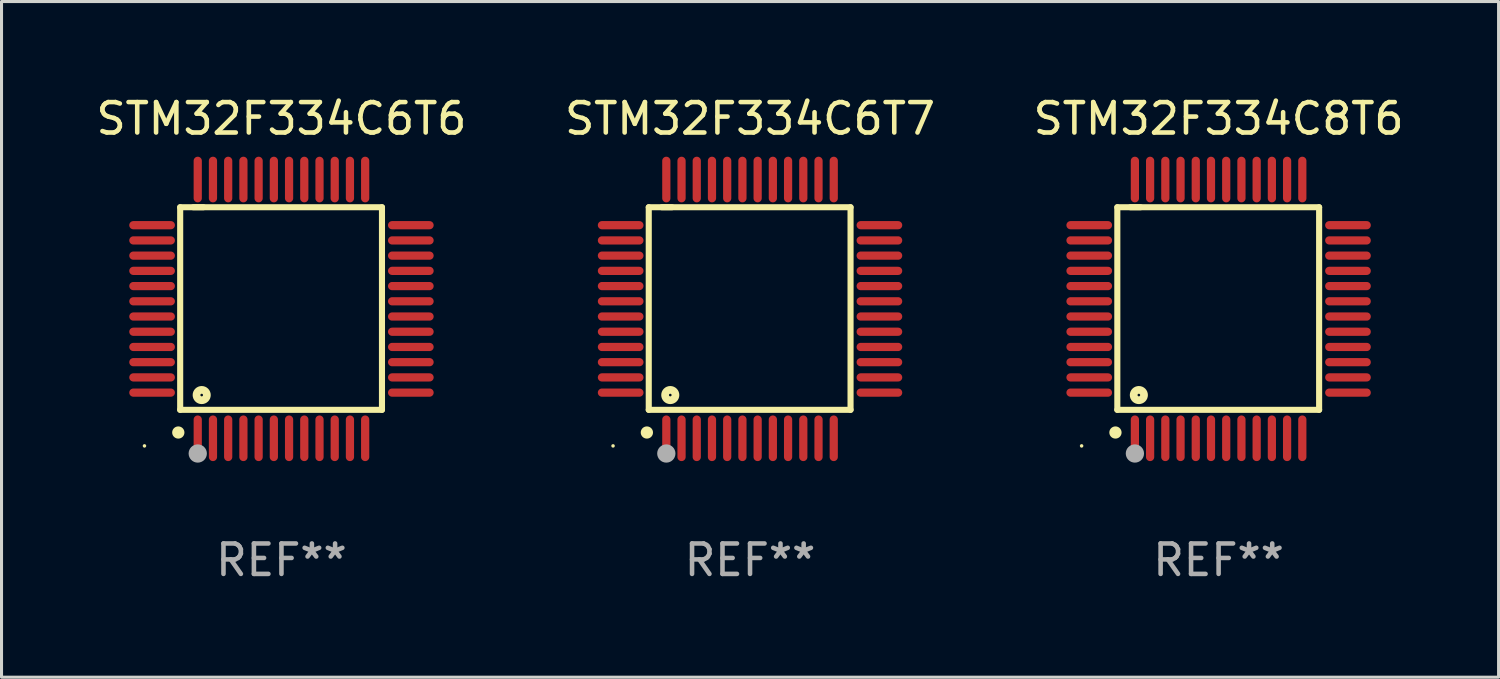
<source format=kicad_pcb>
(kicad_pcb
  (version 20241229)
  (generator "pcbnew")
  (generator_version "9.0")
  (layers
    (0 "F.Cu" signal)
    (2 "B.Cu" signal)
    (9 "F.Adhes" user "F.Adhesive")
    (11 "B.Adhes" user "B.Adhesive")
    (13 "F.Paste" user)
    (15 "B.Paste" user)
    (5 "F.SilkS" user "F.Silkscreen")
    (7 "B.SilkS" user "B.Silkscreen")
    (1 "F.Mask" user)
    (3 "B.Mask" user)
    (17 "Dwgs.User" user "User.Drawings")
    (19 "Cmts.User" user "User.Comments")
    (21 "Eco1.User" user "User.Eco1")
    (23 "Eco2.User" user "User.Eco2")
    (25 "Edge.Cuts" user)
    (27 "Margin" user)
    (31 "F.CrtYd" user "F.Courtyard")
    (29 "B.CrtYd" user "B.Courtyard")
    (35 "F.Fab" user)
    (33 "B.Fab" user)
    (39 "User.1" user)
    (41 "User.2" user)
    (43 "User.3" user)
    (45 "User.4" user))
  (footprint "STM32F334C8T6"
    (layer "F.Cu")
    (at 36.982 7.098)
    (property "Reference" "STM32F334C8T6" (at 0 -6.25 0) (layer "F.SilkS") (effects (font (size 1 1) (thickness 0.15))))
    (attr through_hole)
    (fp_line (start -3.327 -3.34) (end -2.565 -3.34) (stroke (width 0.2) (type solid)) (layer "F.SilkS"))
    (fp_line (start -3.327 3.315) (end -3.327 -3.34) (stroke (width 0.2) (type solid)) (layer "F.SilkS"))
    (fp_line (start -2.896 -3.34) (end 3.302 -3.34) (stroke (width 0.2) (type solid)) (layer "F.SilkS"))
    (fp_line (start 3.302 -3.34) (end 3.302 3.315) (stroke (width 0.2) (type solid)) (layer "F.SilkS"))
    (fp_line (start 3.302 3.315) (end -3.327 3.315) (stroke (width 0.2) (type solid)) (layer "F.SilkS"))
    (fp_arc (start -3.389992 4.059995) (mid -3.388722 4.059991) (end -3.387452 4.059995) (stroke (width 0.4) (type solid)) (layer "F.SilkS"))
    (fp_circle (center -4.5 4.5) (end -4.47 4.5) (stroke (width 0.06) (type solid)) (fill no) (layer "F.SilkS"))
    (fp_circle (center -2.62 2.83) (end -2.45 2.83) (stroke (width 0.254) (type solid)) (fill no) (layer "F.SilkS"))
    (fp_circle (center -2.75 4.75) (end -2.6 4.75) (stroke (width 0.3) (type solid)) (fill no) (layer "F.Fab"))
    (fp_text user "REF**" (at 0 8.25 0) (layer "F.Fab") (effects (font (size 1 1) (thickness 0.15))))
    (pad "1" smd oval (at -2.75 4.25) (size 0.27 1.5) (layers "F.Cu" "F.Mask" "F.Paste"))
    (pad "2" smd oval (at -2.25 4.25) (size 0.27 1.5) (layers "F.Cu" "F.Mask" "F.Paste"))
    (pad "3" smd oval (at -1.75 4.25) (size 0.27 1.5) (layers "F.Cu" "F.Mask" "F.Paste"))
    (pad "4" smd oval (at -1.25 4.25) (size 0.27 1.5) (layers "F.Cu" "F.Mask" "F.Paste"))
    (pad "5" smd oval (at -0.75 4.25) (size 0.27 1.5) (layers "F.Cu" "F.Mask" "F.Paste"))
    (pad "6" smd oval (at -0.25 4.25) (size 0.27 1.5) (layers "F.Cu" "F.Mask" "F.Paste"))
    (pad "7" smd oval (at 0.25 4.25) (size 0.27 1.5) (layers "F.Cu" "F.Mask" "F.Paste"))
    (pad "8" smd oval (at 0.75 4.25) (size 0.27 1.5) (layers "F.Cu" "F.Mask" "F.Paste"))
    (pad "9" smd oval (at 1.25 4.25) (size 0.27 1.5) (layers "F.Cu" "F.Mask" "F.Paste"))
    (pad "10" smd oval (at 1.75 4.25) (size 0.27 1.5) (layers "F.Cu" "F.Mask" "F.Paste"))
    (pad "11" smd oval (at 2.25 4.25) (size 0.27 1.5) (layers "F.Cu" "F.Mask" "F.Paste"))
    (pad "12" smd oval (at 2.75 4.25) (size 0.27 1.5) (layers "F.Cu" "F.Mask" "F.Paste"))
    (pad "13" smd oval (at 4.25 2.75) (size 1.5 0.27) (layers "F.Cu" "F.Mask" "F.Paste"))
    (pad "14" smd oval (at 4.25 2.25) (size 1.5 0.27) (layers "F.Cu" "F.Mask" "F.Paste"))
    (pad "15" smd oval (at 4.25 1.75) (size 1.5 0.27) (layers "F.Cu" "F.Mask" "F.Paste"))
    (pad "16" smd oval (at 4.25 1.25) (size 1.5 0.27) (layers "F.Cu" "F.Mask" "F.Paste"))
    (pad "17" smd oval (at 4.25 0.75) (size 1.5 0.27) (layers "F.Cu" "F.Mask" "F.Paste"))
    (pad "18" smd oval (at 4.25 0.25) (size 1.5 0.27) (layers "F.Cu" "F.Mask" "F.Paste"))
    (pad "19" smd oval (at 4.25 -0.25) (size 1.5 0.27) (layers "F.Cu" "F.Mask" "F.Paste"))
    (pad "20" smd oval (at 4.25 -0.75) (size 1.5 0.27) (layers "F.Cu" "F.Mask" "F.Paste"))
    (pad "21" smd oval (at 4.25 -1.25) (size 1.5 0.27) (layers "F.Cu" "F.Mask" "F.Paste"))
    (pad "22" smd oval (at 4.25 -1.75) (size 1.5 0.27) (layers "F.Cu" "F.Mask" "F.Paste"))
    (pad "23" smd oval (at 4.25 -2.25) (size 1.5 0.27) (layers "F.Cu" "F.Mask" "F.Paste"))
    (pad "24" smd oval (at 4.25 -2.75) (size 1.5 0.27) (layers "F.Cu" "F.Mask" "F.Paste"))
    (pad "25" smd oval (at 2.75 -4.25) (size 0.27 1.5) (layers "F.Cu" "F.Mask" "F.Paste"))
    (pad "26" smd oval (at 2.25 -4.25) (size 0.27 1.5) (layers "F.Cu" "F.Mask" "F.Paste"))
    (pad "27" smd oval (at 1.75 -4.25) (size 0.27 1.5) (layers "F.Cu" "F.Mask" "F.Paste"))
    (pad "28" smd oval (at 1.25 -4.25) (size 0.27 1.5) (layers "F.Cu" "F.Mask" "F.Paste"))
    (pad "29" smd oval (at 0.75 -4.25) (size 0.27 1.5) (layers "F.Cu" "F.Mask" "F.Paste"))
    (pad "30" smd oval (at 0.25 -4.25) (size 0.27 1.5) (layers "F.Cu" "F.Mask" "F.Paste"))
    (pad "31" smd oval (at -0.25 -4.25) (size 0.27 1.5) (layers "F.Cu" "F.Mask" "F.Paste"))
    (pad "32" smd oval (at -0.75 -4.25) (size 0.27 1.5) (layers "F.Cu" "F.Mask" "F.Paste"))
    (pad "33" smd oval (at -1.25 -4.25) (size 0.27 1.5) (layers "F.Cu" "F.Mask" "F.Paste"))
    (pad "34" smd oval (at -1.75 -4.25) (size 0.27 1.5) (layers "F.Cu" "F.Mask" "F.Paste"))
    (pad "35" smd oval (at -2.25 -4.25) (size 0.27 1.5) (layers "F.Cu" "F.Mask" "F.Paste"))
    (pad "36" smd oval (at -2.75 -4.25) (size 0.27 1.5) (layers "F.Cu" "F.Mask" "F.Paste"))
    (pad "37" smd oval (at -4.25 -2.75) (size 1.5 0.27) (layers "F.Cu" "F.Mask" "F.Paste"))
    (pad "38" smd oval (at -4.25 -2.25) (size 1.5 0.27) (layers "F.Cu" "F.Mask" "F.Paste"))
    (pad "39" smd oval (at -4.25 -1.75) (size 1.5 0.27) (layers "F.Cu" "F.Mask" "F.Paste"))
    (pad "40" smd oval (at -4.25 -1.25) (size 1.5 0.27) (layers "F.Cu" "F.Mask" "F.Paste"))
    (pad "41" smd oval (at -4.25 -0.75) (size 1.5 0.27) (layers "F.Cu" "F.Mask" "F.Paste"))
    (pad "42" smd oval (at -4.25 -0.25) (size 1.5 0.27) (layers "F.Cu" "F.Mask" "F.Paste"))
    (pad "43" smd oval (at -4.25 0.25) (size 1.5 0.27) (layers "F.Cu" "F.Mask" "F.Paste"))
    (pad "44" smd oval (at -4.25 0.75) (size 1.5 0.27) (layers "F.Cu" "F.Mask" "F.Paste"))
    (pad "45" smd oval (at -4.25 1.25) (size 1.5 0.27) (layers "F.Cu" "F.Mask" "F.Paste"))
    (pad "46" smd oval (at -4.25 1.75) (size 1.5 0.27) (layers "F.Cu" "F.Mask" "F.Paste"))
    (pad "47" smd oval (at -4.25 2.25) (size 1.5 0.27) (layers "F.Cu" "F.Mask" "F.Paste"))
    (pad "48" smd oval (at -4.25 2.75) (size 1.5 0.27) (layers "F.Cu" "F.Mask" "F.Paste")))
  (footprint "STM32F334C6T7"
    (layer "F.Cu")
    (at 21.589 7.098)
    (property "Reference" "STM32F334C6T7" (at 0 -6.25 0) (layer "F.SilkS") (effects (font (size 1 1) (thickness 0.15))))
    (attr through_hole)
    (fp_line (start -3.327 -3.34) (end -2.565 -3.34) (stroke (width 0.2) (type solid)) (layer "F.SilkS"))
    (fp_line (start -3.327 3.315) (end -3.327 -3.34) (stroke (width 0.2) (type solid)) (layer "F.SilkS"))
    (fp_line (start -2.896 -3.34) (end 3.302 -3.34) (stroke (width 0.2) (type solid)) (layer "F.SilkS"))
    (fp_line (start 3.302 -3.34) (end 3.302 3.315) (stroke (width 0.2) (type solid)) (layer "F.SilkS"))
    (fp_line (start 3.302 3.315) (end -3.327 3.315) (stroke (width 0.2) (type solid)) (layer "F.SilkS"))
    (fp_arc (start -3.389992 4.059995) (mid -3.388722 4.059991) (end -3.387452 4.059995) (stroke (width 0.4) (type solid)) (layer "F.SilkS"))
    (fp_circle (center -4.5 4.5) (end -4.47 4.5) (stroke (width 0.06) (type solid)) (fill no) (layer "F.SilkS"))
    (fp_circle (center -2.62 2.83) (end -2.45 2.83) (stroke (width 0.254) (type solid)) (fill no) (layer "F.SilkS"))
    (fp_circle (center -2.75 4.75) (end -2.6 4.75) (stroke (width 0.3) (type solid)) (fill no) (layer "F.Fab"))
    (fp_text user "REF**" (at 0 8.25 0) (layer "F.Fab") (effects (font (size 1 1) (thickness 0.15))))
    (pad "1" smd oval (at -2.75 4.25) (size 0.27 1.5) (layers "F.Cu" "F.Mask" "F.Paste"))
    (pad "2" smd oval (at -2.25 4.25) (size 0.27 1.5) (layers "F.Cu" "F.Mask" "F.Paste"))
    (pad "3" smd oval (at -1.75 4.25) (size 0.27 1.5) (layers "F.Cu" "F.Mask" "F.Paste"))
    (pad "4" smd oval (at -1.25 4.25) (size 0.27 1.5) (layers "F.Cu" "F.Mask" "F.Paste"))
    (pad "5" smd oval (at -0.75 4.25) (size 0.27 1.5) (layers "F.Cu" "F.Mask" "F.Paste"))
    (pad "6" smd oval (at -0.25 4.25) (size 0.27 1.5) (layers "F.Cu" "F.Mask" "F.Paste"))
    (pad "7" smd oval (at 0.25 4.25) (size 0.27 1.5) (layers "F.Cu" "F.Mask" "F.Paste"))
    (pad "8" smd oval (at 0.75 4.25) (size 0.27 1.5) (layers "F.Cu" "F.Mask" "F.Paste"))
    (pad "9" smd oval (at 1.25 4.25) (size 0.27 1.5) (layers "F.Cu" "F.Mask" "F.Paste"))
    (pad "10" smd oval (at 1.75 4.25) (size 0.27 1.5) (layers "F.Cu" "F.Mask" "F.Paste"))
    (pad "11" smd oval (at 2.25 4.25) (size 0.27 1.5) (layers "F.Cu" "F.Mask" "F.Paste"))
    (pad "12" smd oval (at 2.75 4.25) (size 0.27 1.5) (layers "F.Cu" "F.Mask" "F.Paste"))
    (pad "13" smd oval (at 4.25 2.75) (size 1.5 0.27) (layers "F.Cu" "F.Mask" "F.Paste"))
    (pad "14" smd oval (at 4.25 2.25) (size 1.5 0.27) (layers "F.Cu" "F.Mask" "F.Paste"))
    (pad "15" smd oval (at 4.25 1.75) (size 1.5 0.27) (layers "F.Cu" "F.Mask" "F.Paste"))
    (pad "16" smd oval (at 4.25 1.25) (size 1.5 0.27) (layers "F.Cu" "F.Mask" "F.Paste"))
    (pad "17" smd oval (at 4.25 0.75) (size 1.5 0.27) (layers "F.Cu" "F.Mask" "F.Paste"))
    (pad "18" smd oval (at 4.25 0.25) (size 1.5 0.27) (layers "F.Cu" "F.Mask" "F.Paste"))
    (pad "19" smd oval (at 4.25 -0.25) (size 1.5 0.27) (layers "F.Cu" "F.Mask" "F.Paste"))
    (pad "20" smd oval (at 4.25 -0.75) (size 1.5 0.27) (layers "F.Cu" "F.Mask" "F.Paste"))
    (pad "21" smd oval (at 4.25 -1.25) (size 1.5 0.27) (layers "F.Cu" "F.Mask" "F.Paste"))
    (pad "22" smd oval (at 4.25 -1.75) (size 1.5 0.27) (layers "F.Cu" "F.Mask" "F.Paste"))
    (pad "23" smd oval (at 4.25 -2.25) (size 1.5 0.27) (layers "F.Cu" "F.Mask" "F.Paste"))
    (pad "24" smd oval (at 4.25 -2.75) (size 1.5 0.27) (layers "F.Cu" "F.Mask" "F.Paste"))
    (pad "25" smd oval (at 2.75 -4.25) (size 0.27 1.5) (layers "F.Cu" "F.Mask" "F.Paste"))
    (pad "26" smd oval (at 2.25 -4.25) (size 0.27 1.5) (layers "F.Cu" "F.Mask" "F.Paste"))
    (pad "27" smd oval (at 1.75 -4.25) (size 0.27 1.5) (layers "F.Cu" "F.Mask" "F.Paste"))
    (pad "28" smd oval (at 1.25 -4.25) (size 0.27 1.5) (layers "F.Cu" "F.Mask" "F.Paste"))
    (pad "29" smd oval (at 0.75 -4.25) (size 0.27 1.5) (layers "F.Cu" "F.Mask" "F.Paste"))
    (pad "30" smd oval (at 0.25 -4.25) (size 0.27 1.5) (layers "F.Cu" "F.Mask" "F.Paste"))
    (pad "31" smd oval (at -0.25 -4.25) (size 0.27 1.5) (layers "F.Cu" "F.Mask" "F.Paste"))
    (pad "32" smd oval (at -0.75 -4.25) (size 0.27 1.5) (layers "F.Cu" "F.Mask" "F.Paste"))
    (pad "33" smd oval (at -1.25 -4.25) (size 0.27 1.5) (layers "F.Cu" "F.Mask" "F.Paste"))
    (pad "34" smd oval (at -1.75 -4.25) (size 0.27 1.5) (layers "F.Cu" "F.Mask" "F.Paste"))
    (pad "35" smd oval (at -2.25 -4.25) (size 0.27 1.5) (layers "F.Cu" "F.Mask" "F.Paste"))
    (pad "36" smd oval (at -2.75 -4.25) (size 0.27 1.5) (layers "F.Cu" "F.Mask" "F.Paste"))
    (pad "37" smd oval (at -4.25 -2.75) (size 1.5 0.27) (layers "F.Cu" "F.Mask" "F.Paste"))
    (pad "38" smd oval (at -4.25 -2.25) (size 1.5 0.27) (layers "F.Cu" "F.Mask" "F.Paste"))
    (pad "39" smd oval (at -4.25 -1.75) (size 1.5 0.27) (layers "F.Cu" "F.Mask" "F.Paste"))
    (pad "40" smd oval (at -4.25 -1.25) (size 1.5 0.27) (layers "F.Cu" "F.Mask" "F.Paste"))
    (pad "41" smd oval (at -4.25 -0.75) (size 1.5 0.27) (layers "F.Cu" "F.Mask" "F.Paste"))
    (pad "42" smd oval (at -4.25 -0.25) (size 1.5 0.27) (layers "F.Cu" "F.Mask" "F.Paste"))
    (pad "43" smd oval (at -4.25 0.25) (size 1.5 0.27) (layers "F.Cu" "F.Mask" "F.Paste"))
    (pad "44" smd oval (at -4.25 0.75) (size 1.5 0.27) (layers "F.Cu" "F.Mask" "F.Paste"))
    (pad "45" smd oval (at -4.25 1.25) (size 1.5 0.27) (layers "F.Cu" "F.Mask" "F.Paste"))
    (pad "46" smd oval (at -4.25 1.75) (size 1.5 0.27) (layers "F.Cu" "F.Mask" "F.Paste"))
    (pad "47" smd oval (at -4.25 2.25) (size 1.5 0.27) (layers "F.Cu" "F.Mask" "F.Paste"))
    (pad "48" smd oval (at -4.25 2.75) (size 1.5 0.27) (layers "F.Cu" "F.Mask" "F.Paste")))
  (footprint "STM32F334C6T6"
    (layer "F.Cu")
    (at 6.196 7.098)
    (property "Reference" "STM32F334C6T6" (at 0 -6.25 0) (layer "F.SilkS") (effects (font (size 1 1) (thickness 0.15))))
    (attr through_hole)
    (fp_line (start -3.327 -3.34) (end -2.565 -3.34) (stroke (width 0.2) (type solid)) (layer "F.SilkS"))
    (fp_line (start -3.327 3.315) (end -3.327 -3.34) (stroke (width 0.2) (type solid)) (layer "F.SilkS"))
    (fp_line (start -2.896 -3.34) (end 3.302 -3.34) (stroke (width 0.2) (type solid)) (layer "F.SilkS"))
    (fp_line (start 3.302 -3.34) (end 3.302 3.315) (stroke (width 0.2) (type solid)) (layer "F.SilkS"))
    (fp_line (start 3.302 3.315) (end -3.327 3.315) (stroke (width 0.2) (type solid)) (layer "F.SilkS"))
    (fp_arc (start -3.389992 4.059995) (mid -3.388722 4.059991) (end -3.387452 4.059995) (stroke (width 0.4) (type solid)) (layer "F.SilkS"))
    (fp_circle (center -4.5 4.5) (end -4.47 4.5) (stroke (width 0.06) (type solid)) (fill no) (layer "F.SilkS"))
    (fp_circle (center -2.62 2.83) (end -2.45 2.83) (stroke (width 0.254) (type solid)) (fill no) (layer "F.SilkS"))
    (fp_circle (center -2.75 4.75) (end -2.6 4.75) (stroke (width 0.3) (type solid)) (fill no) (layer "F.Fab"))
    (fp_text user "REF**" (at 0 8.25 0) (layer "F.Fab") (effects (font (size 1 1) (thickness 0.15))))
    (pad "1" smd oval (at -2.75 4.25) (size 0.27 1.5) (layers "F.Cu" "F.Mask" "F.Paste"))
    (pad "2" smd oval (at -2.25 4.25) (size 0.27 1.5) (layers "F.Cu" "F.Mask" "F.Paste"))
    (pad "3" smd oval (at -1.75 4.25) (size 0.27 1.5) (layers "F.Cu" "F.Mask" "F.Paste"))
    (pad "4" smd oval (at -1.25 4.25) (size 0.27 1.5) (layers "F.Cu" "F.Mask" "F.Paste"))
    (pad "5" smd oval (at -0.75 4.25) (size 0.27 1.5) (layers "F.Cu" "F.Mask" "F.Paste"))
    (pad "6" smd oval (at -0.25 4.25) (size 0.27 1.5) (layers "F.Cu" "F.Mask" "F.Paste"))
    (pad "7" smd oval (at 0.25 4.25) (size 0.27 1.5) (layers "F.Cu" "F.Mask" "F.Paste"))
    (pad "8" smd oval (at 0.75 4.25) (size 0.27 1.5) (layers "F.Cu" "F.Mask" "F.Paste"))
    (pad "9" smd oval (at 1.25 4.25) (size 0.27 1.5) (layers "F.Cu" "F.Mask" "F.Paste"))
    (pad "10" smd oval (at 1.75 4.25) (size 0.27 1.5) (layers "F.Cu" "F.Mask" "F.Paste"))
    (pad "11" smd oval (at 2.25 4.25) (size 0.27 1.5) (layers "F.Cu" "F.Mask" "F.Paste"))
    (pad "12" smd oval (at 2.75 4.25) (size 0.27 1.5) (layers "F.Cu" "F.Mask" "F.Paste"))
    (pad "13" smd oval (at 4.25 2.75) (size 1.5 0.27) (layers "F.Cu" "F.Mask" "F.Paste"))
    (pad "14" smd oval (at 4.25 2.25) (size 1.5 0.27) (layers "F.Cu" "F.Mask" "F.Paste"))
    (pad "15" smd oval (at 4.25 1.75) (size 1.5 0.27) (layers "F.Cu" "F.Mask" "F.Paste"))
    (pad "16" smd oval (at 4.25 1.25) (size 1.5 0.27) (layers "F.Cu" "F.Mask" "F.Paste"))
    (pad "17" smd oval (at 4.25 0.75) (size 1.5 0.27) (layers "F.Cu" "F.Mask" "F.Paste"))
    (pad "18" smd oval (at 4.25 0.25) (size 1.5 0.27) (layers "F.Cu" "F.Mask" "F.Paste"))
    (pad "19" smd oval (at 4.25 -0.25) (size 1.5 0.27) (layers "F.Cu" "F.Mask" "F.Paste"))
    (pad "20" smd oval (at 4.25 -0.75) (size 1.5 0.27) (layers "F.Cu" "F.Mask" "F.Paste"))
    (pad "21" smd oval (at 4.25 -1.25) (size 1.5 0.27) (layers "F.Cu" "F.Mask" "F.Paste"))
    (pad "22" smd oval (at 4.25 -1.75) (size 1.5 0.27) (layers "F.Cu" "F.Mask" "F.Paste"))
    (pad "23" smd oval (at 4.25 -2.25) (size 1.5 0.27) (layers "F.Cu" "F.Mask" "F.Paste"))
    (pad "24" smd oval (at 4.25 -2.75) (size 1.5 0.27) (layers "F.Cu" "F.Mask" "F.Paste"))
    (pad "25" smd oval (at 2.75 -4.25) (size 0.27 1.5) (layers "F.Cu" "F.Mask" "F.Paste"))
    (pad "26" smd oval (at 2.25 -4.25) (size 0.27 1.5) (layers "F.Cu" "F.Mask" "F.Paste"))
    (pad "27" smd oval (at 1.75 -4.25) (size 0.27 1.5) (layers "F.Cu" "F.Mask" "F.Paste"))
    (pad "28" smd oval (at 1.25 -4.25) (size 0.27 1.5) (layers "F.Cu" "F.Mask" "F.Paste"))
    (pad "29" smd oval (at 0.75 -4.25) (size 0.27 1.5) (layers "F.Cu" "F.Mask" "F.Paste"))
    (pad "30" smd oval (at 0.25 -4.25) (size 0.27 1.5) (layers "F.Cu" "F.Mask" "F.Paste"))
    (pad "31" smd oval (at -0.25 -4.25) (size 0.27 1.5) (layers "F.Cu" "F.Mask" "F.Paste"))
    (pad "32" smd oval (at -0.75 -4.25) (size 0.27 1.5) (layers "F.Cu" "F.Mask" "F.Paste"))
    (pad "33" smd oval (at -1.25 -4.25) (size 0.27 1.5) (layers "F.Cu" "F.Mask" "F.Paste"))
    (pad "34" smd oval (at -1.75 -4.25) (size 0.27 1.5) (layers "F.Cu" "F.Mask" "F.Paste"))
    (pad "35" smd oval (at -2.25 -4.25) (size 0.27 1.5) (layers "F.Cu" "F.Mask" "F.Paste"))
    (pad "36" smd oval (at -2.75 -4.25) (size 0.27 1.5) (layers "F.Cu" "F.Mask" "F.Paste"))
    (pad "37" smd oval (at -4.25 -2.75) (size 1.5 0.27) (layers "F.Cu" "F.Mask" "F.Paste"))
    (pad "38" smd oval (at -4.25 -2.25) (size 1.5 0.27) (layers "F.Cu" "F.Mask" "F.Paste"))
    (pad "39" smd oval (at -4.25 -1.75) (size 1.5 0.27) (layers "F.Cu" "F.Mask" "F.Paste"))
    (pad "40" smd oval (at -4.25 -1.25) (size 1.5 0.27) (layers "F.Cu" "F.Mask" "F.Paste"))
    (pad "41" smd oval (at -4.25 -0.75) (size 1.5 0.27) (layers "F.Cu" "F.Mask" "F.Paste"))
    (pad "42" smd oval (at -4.25 -0.25) (size 1.5 0.27) (layers "F.Cu" "F.Mask" "F.Paste"))
    (pad "43" smd oval (at -4.25 0.25) (size 1.5 0.27) (layers "F.Cu" "F.Mask" "F.Paste"))
    (pad "44" smd oval (at -4.25 0.75) (size 1.5 0.27) (layers "F.Cu" "F.Mask" "F.Paste"))
    (pad "45" smd oval (at -4.25 1.25) (size 1.5 0.27) (layers "F.Cu" "F.Mask" "F.Paste"))
    (pad "46" smd oval (at -4.25 1.75) (size 1.5 0.27) (layers "F.Cu" "F.Mask" "F.Paste"))
    (pad "47" smd oval (at -4.25 2.25) (size 1.5 0.27) (layers "F.Cu" "F.Mask" "F.Paste"))
    (pad "48" smd oval (at -4.25 2.75) (size 1.5 0.27) (layers "F.Cu" "F.Mask" "F.Paste")))
  (gr_rect
    (start -3 -3)
    (end 46.179 19.196)
    (stroke (width 0.1) (type default))
    (fill no)
    (layer "Edge.Cuts")))
</source>
